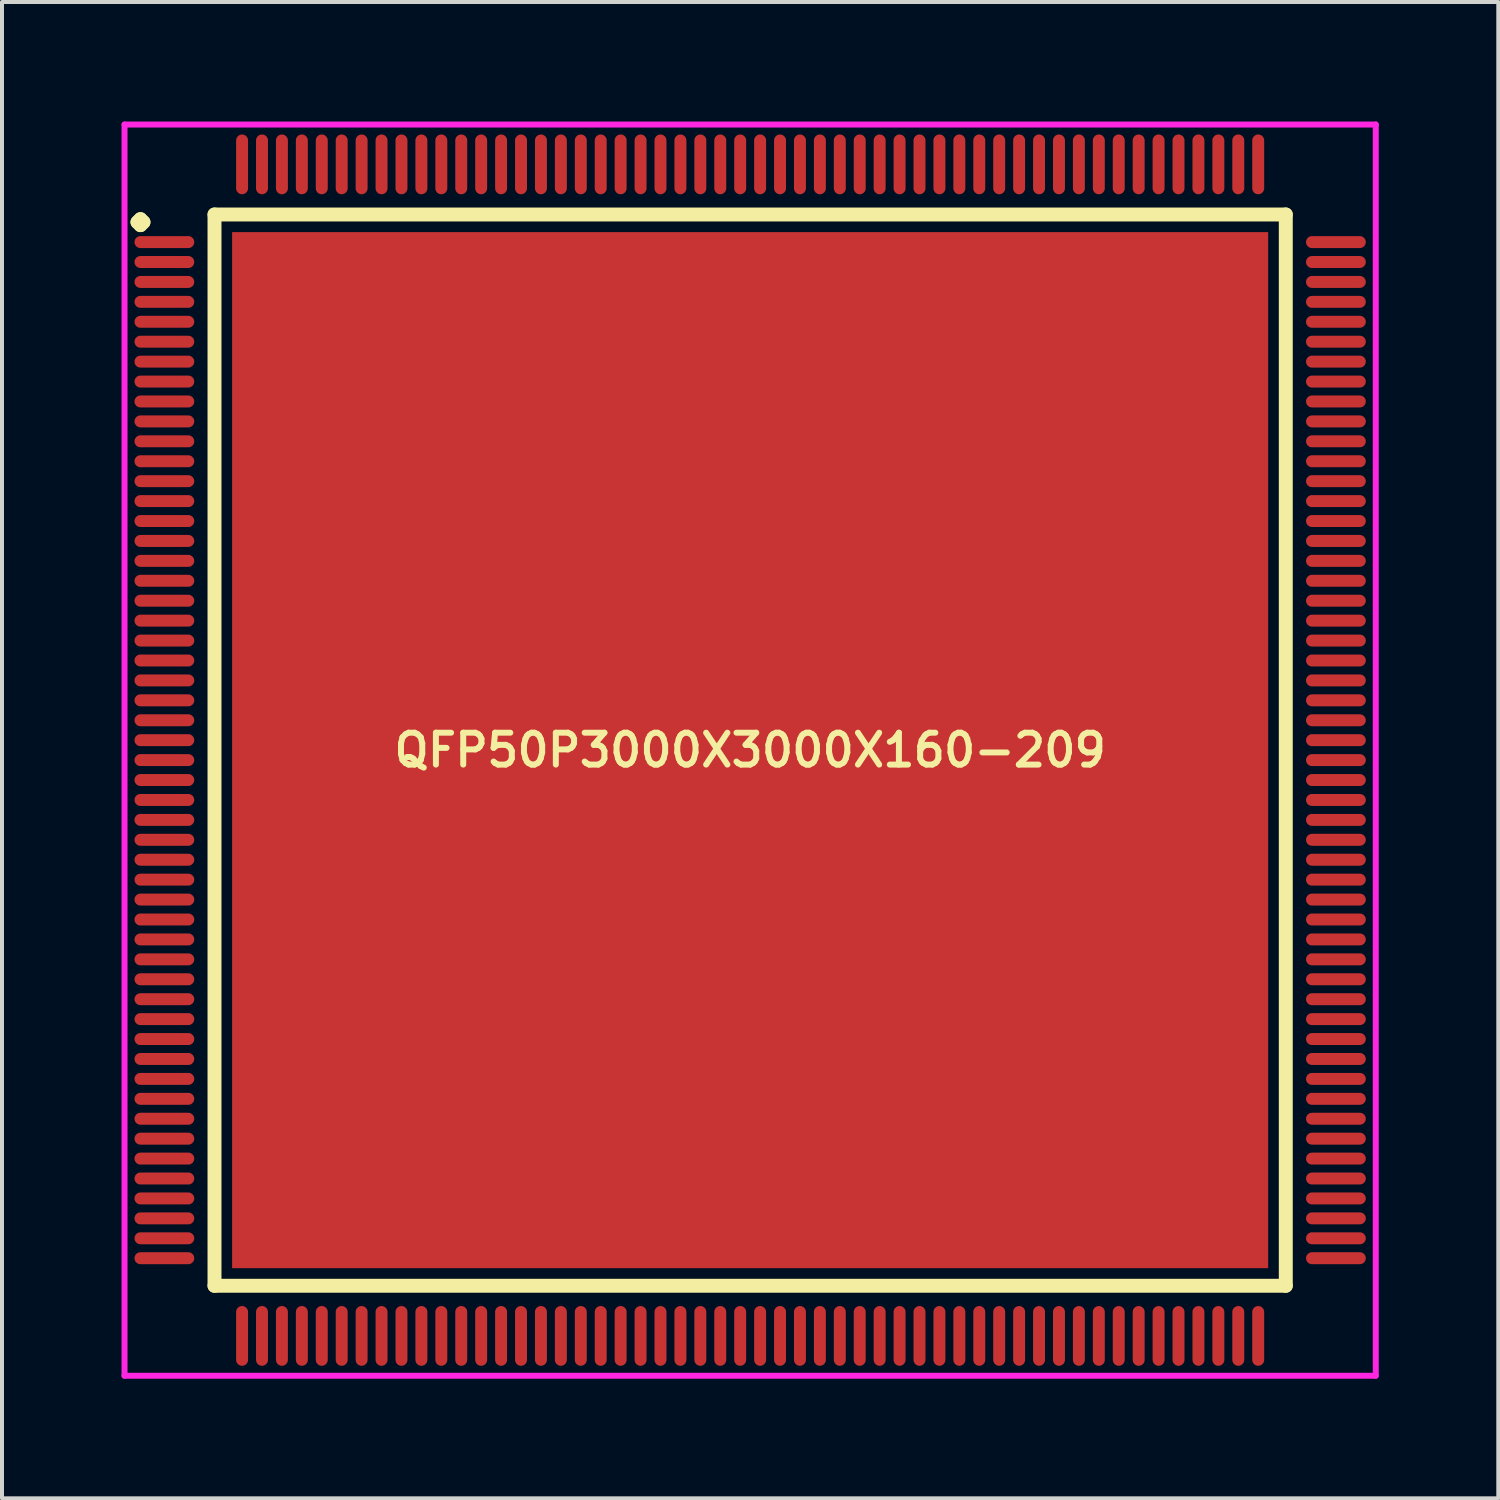
<source format=kicad_pcb>
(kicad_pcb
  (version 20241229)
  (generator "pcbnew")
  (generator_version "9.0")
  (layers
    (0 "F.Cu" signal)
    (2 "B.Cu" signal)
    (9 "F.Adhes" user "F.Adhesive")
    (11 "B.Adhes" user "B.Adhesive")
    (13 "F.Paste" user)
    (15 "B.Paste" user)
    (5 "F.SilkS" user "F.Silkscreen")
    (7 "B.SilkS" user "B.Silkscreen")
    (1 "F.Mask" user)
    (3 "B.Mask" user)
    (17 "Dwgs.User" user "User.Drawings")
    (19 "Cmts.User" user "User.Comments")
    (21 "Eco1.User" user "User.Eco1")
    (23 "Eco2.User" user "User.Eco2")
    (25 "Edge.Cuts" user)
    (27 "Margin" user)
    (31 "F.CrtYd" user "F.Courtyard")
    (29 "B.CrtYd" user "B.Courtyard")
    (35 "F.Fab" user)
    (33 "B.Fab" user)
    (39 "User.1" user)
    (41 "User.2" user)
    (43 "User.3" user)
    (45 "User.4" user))
  (footprint "QFP50P3000X3000X160-209"
    (layer "F.Cu")
    (at 15.775 15.775)
    (property "Reference" "QFP50P3000X3000X160-209" (at 0 0 0) (layer "F.SilkS") (effects (font (size 0.8 0.8) (thickness 0.15))))
    (attr smd)
    (fp_line (start -15.375 -13.25) (end -15.3 -13.325) (stroke (width 0.35) (type solid)) (layer "F.SilkS"))
    (fp_line (start -15.3 -13.325) (end -15.225 -13.25) (stroke (width 0.35) (type solid)) (layer "F.SilkS"))
    (fp_line (start -15.3 -13.175) (end -15.375 -13.25) (stroke (width 0.35) (type solid)) (layer "F.SilkS"))
    (fp_line (start -15.225 -13.25) (end -15.3 -13.175) (stroke (width 0.35) (type solid)) (layer "F.SilkS"))
    (fp_line (start -13.442 -13.442) (end -13.442 13.442) (stroke (width 0.35) (type solid)) (layer "F.SilkS"))
    (fp_line (start -13.442 13.442) (end 13.442 13.442) (stroke (width 0.35) (type solid)) (layer "F.SilkS"))
    (fp_line (start 13.442 -13.442) (end -13.442 -13.442) (stroke (width 0.35) (type solid)) (layer "F.SilkS"))
    (fp_line (start 13.442 13.442) (end 13.442 -13.442) (stroke (width 0.35) (type solid)) (layer "F.SilkS"))
    (fp_line (start -15.7 -15.7) (end 15.7 -15.7) (stroke (width 0.15) (type solid)) (layer "F.CrtYd"))
    (fp_line (start -15.7 15.7) (end -15.7 -15.7) (stroke (width 0.15) (type solid)) (layer "F.CrtYd"))
    (fp_line (start 15.7 -15.7) (end 15.7 15.7) (stroke (width 0.15) (type solid)) (layer "F.CrtYd"))
    (fp_line (start 15.7 15.7) (end -15.7 15.7) (stroke (width 0.15) (type solid)) (layer "F.CrtYd"))
    (pad "1" smd oval (at -14.7 -12.75) (size 1.5 0.3) (layers "F.Cu" "F.Mask" "F.Paste"))
    (pad "2" smd oval (at -14.7 -12.25) (size 1.5 0.3) (layers "F.Cu" "F.Mask" "F.Paste"))
    (pad "3" smd oval (at -14.7 -11.75) (size 1.5 0.3) (layers "F.Cu" "F.Mask" "F.Paste"))
    (pad "4" smd oval (at -14.7 -11.25) (size 1.5 0.3) (layers "F.Cu" "F.Mask" "F.Paste"))
    (pad "5" smd oval (at -14.7 -10.75) (size 1.5 0.3) (layers "F.Cu" "F.Mask" "F.Paste"))
    (pad "6" smd oval (at -14.7 -10.25) (size 1.5 0.3) (layers "F.Cu" "F.Mask" "F.Paste"))
    (pad "7" smd oval (at -14.7 -9.75) (size 1.5 0.3) (layers "F.Cu" "F.Mask" "F.Paste"))
    (pad "8" smd oval (at -14.7 -9.25) (size 1.5 0.3) (layers "F.Cu" "F.Mask" "F.Paste"))
    (pad "9" smd oval (at -14.7 -8.75) (size 1.5 0.3) (layers "F.Cu" "F.Mask" "F.Paste"))
    (pad "10" smd oval (at -14.7 -8.25) (size 1.5 0.3) (layers "F.Cu" "F.Mask" "F.Paste"))
    (pad "11" smd oval (at -14.7 -7.75) (size 1.5 0.3) (layers "F.Cu" "F.Mask" "F.Paste"))
    (pad "12" smd oval (at -14.7 -7.25) (size 1.5 0.3) (layers "F.Cu" "F.Mask" "F.Paste"))
    (pad "13" smd oval (at -14.7 -6.75) (size 1.5 0.3) (layers "F.Cu" "F.Mask" "F.Paste"))
    (pad "14" smd oval (at -14.7 -6.25) (size 1.5 0.3) (layers "F.Cu" "F.Mask" "F.Paste"))
    (pad "15" smd oval (at -14.7 -5.75) (size 1.5 0.3) (layers "F.Cu" "F.Mask" "F.Paste"))
    (pad "16" smd oval (at -14.7 -5.25) (size 1.5 0.3) (layers "F.Cu" "F.Mask" "F.Paste"))
    (pad "17" smd oval (at -14.7 -4.75) (size 1.5 0.3) (layers "F.Cu" "F.Mask" "F.Paste"))
    (pad "18" smd oval (at -14.7 -4.25) (size 1.5 0.3) (layers "F.Cu" "F.Mask" "F.Paste"))
    (pad "19" smd oval (at -14.7 -3.75) (size 1.5 0.3) (layers "F.Cu" "F.Mask" "F.Paste"))
    (pad "20" smd oval (at -14.7 -3.25) (size 1.5 0.3) (layers "F.Cu" "F.Mask" "F.Paste"))
    (pad "21" smd oval (at -14.7 -2.75) (size 1.5 0.3) (layers "F.Cu" "F.Mask" "F.Paste"))
    (pad "22" smd oval (at -14.7 -2.25) (size 1.5 0.3) (layers "F.Cu" "F.Mask" "F.Paste"))
    (pad "23" smd oval (at -14.7 -1.75) (size 1.5 0.3) (layers "F.Cu" "F.Mask" "F.Paste"))
    (pad "24" smd oval (at -14.7 -1.25) (size 1.5 0.3) (layers "F.Cu" "F.Mask" "F.Paste"))
    (pad "25" smd oval (at -14.7 -0.75) (size 1.5 0.3) (layers "F.Cu" "F.Mask" "F.Paste"))
    (pad "26" smd oval (at -14.7 -0.25) (size 1.5 0.3) (layers "F.Cu" "F.Mask" "F.Paste"))
    (pad "27" smd oval (at -14.7 0.25) (size 1.5 0.3) (layers "F.Cu" "F.Mask" "F.Paste"))
    (pad "28" smd oval (at -14.7 0.75) (size 1.5 0.3) (layers "F.Cu" "F.Mask" "F.Paste"))
    (pad "29" smd oval (at -14.7 1.25) (size 1.5 0.3) (layers "F.Cu" "F.Mask" "F.Paste"))
    (pad "30" smd oval (at -14.7 1.75) (size 1.5 0.3) (layers "F.Cu" "F.Mask" "F.Paste"))
    (pad "31" smd oval (at -14.7 2.25) (size 1.5 0.3) (layers "F.Cu" "F.Mask" "F.Paste"))
    (pad "32" smd oval (at -14.7 2.75) (size 1.5 0.3) (layers "F.Cu" "F.Mask" "F.Paste"))
    (pad "33" smd oval (at -14.7 3.25) (size 1.5 0.3) (layers "F.Cu" "F.Mask" "F.Paste"))
    (pad "34" smd oval (at -14.7 3.75) (size 1.5 0.3) (layers "F.Cu" "F.Mask" "F.Paste"))
    (pad "35" smd oval (at -14.7 4.25) (size 1.5 0.3) (layers "F.Cu" "F.Mask" "F.Paste"))
    (pad "36" smd oval (at -14.7 4.75) (size 1.5 0.3) (layers "F.Cu" "F.Mask" "F.Paste"))
    (pad "37" smd oval (at -14.7 5.25) (size 1.5 0.3) (layers "F.Cu" "F.Mask" "F.Paste"))
    (pad "38" smd oval (at -14.7 5.75) (size 1.5 0.3) (layers "F.Cu" "F.Mask" "F.Paste"))
    (pad "39" smd oval (at -14.7 6.25) (size 1.5 0.3) (layers "F.Cu" "F.Mask" "F.Paste"))
    (pad "40" smd oval (at -14.7 6.75) (size 1.5 0.3) (layers "F.Cu" "F.Mask" "F.Paste"))
    (pad "41" smd oval (at -14.7 7.25) (size 1.5 0.3) (layers "F.Cu" "F.Mask" "F.Paste"))
    (pad "42" smd oval (at -14.7 7.75) (size 1.5 0.3) (layers "F.Cu" "F.Mask" "F.Paste"))
    (pad "43" smd oval (at -14.7 8.25) (size 1.5 0.3) (layers "F.Cu" "F.Mask" "F.Paste"))
    (pad "44" smd oval (at -14.7 8.75) (size 1.5 0.3) (layers "F.Cu" "F.Mask" "F.Paste"))
    (pad "45" smd oval (at -14.7 9.25) (size 1.5 0.3) (layers "F.Cu" "F.Mask" "F.Paste"))
    (pad "46" smd oval (at -14.7 9.75) (size 1.5 0.3) (layers "F.Cu" "F.Mask" "F.Paste"))
    (pad "47" smd oval (at -14.7 10.25) (size 1.5 0.3) (layers "F.Cu" "F.Mask" "F.Paste"))
    (pad "48" smd oval (at -14.7 10.75) (size 1.5 0.3) (layers "F.Cu" "F.Mask" "F.Paste"))
    (pad "49" smd oval (at -14.7 11.25) (size 1.5 0.3) (layers "F.Cu" "F.Mask" "F.Paste"))
    (pad "50" smd oval (at -14.7 11.75) (size 1.5 0.3) (layers "F.Cu" "F.Mask" "F.Paste"))
    (pad "51" smd oval (at -14.7 12.25) (size 1.5 0.3) (layers "F.Cu" "F.Mask" "F.Paste"))
    (pad "52" smd oval (at -14.7 12.75) (size 1.5 0.3) (layers "F.Cu" "F.Mask" "F.Paste"))
    (pad "53" smd oval (at -12.75 14.7) (size 0.3 1.5) (layers "F.Cu" "F.Mask" "F.Paste"))
    (pad "54" smd oval (at -12.25 14.7) (size 0.3 1.5) (layers "F.Cu" "F.Mask" "F.Paste"))
    (pad "55" smd oval (at -11.75 14.7) (size 0.3 1.5) (layers "F.Cu" "F.Mask" "F.Paste"))
    (pad "56" smd oval (at -11.25 14.7) (size 0.3 1.5) (layers "F.Cu" "F.Mask" "F.Paste"))
    (pad "57" smd oval (at -10.75 14.7) (size 0.3 1.5) (layers "F.Cu" "F.Mask" "F.Paste"))
    (pad "58" smd oval (at -10.25 14.7) (size 0.3 1.5) (layers "F.Cu" "F.Mask" "F.Paste"))
    (pad "59" smd oval (at -9.75 14.7) (size 0.3 1.5) (layers "F.Cu" "F.Mask" "F.Paste"))
    (pad "60" smd oval (at -9.25 14.7) (size 0.3 1.5) (layers "F.Cu" "F.Mask" "F.Paste"))
    (pad "61" smd oval (at -8.75 14.7) (size 0.3 1.5) (layers "F.Cu" "F.Mask" "F.Paste"))
    (pad "62" smd oval (at -8.25 14.7) (size 0.3 1.5) (layers "F.Cu" "F.Mask" "F.Paste"))
    (pad "63" smd oval (at -7.75 14.7) (size 0.3 1.5) (layers "F.Cu" "F.Mask" "F.Paste"))
    (pad "64" smd oval (at -7.25 14.7) (size 0.3 1.5) (layers "F.Cu" "F.Mask" "F.Paste"))
    (pad "65" smd oval (at -6.75 14.7) (size 0.3 1.5) (layers "F.Cu" "F.Mask" "F.Paste"))
    (pad "66" smd oval (at -6.25 14.7) (size 0.3 1.5) (layers "F.Cu" "F.Mask" "F.Paste"))
    (pad "67" smd oval (at -5.75 14.7) (size 0.3 1.5) (layers "F.Cu" "F.Mask" "F.Paste"))
    (pad "68" smd oval (at -5.25 14.7) (size 0.3 1.5) (layers "F.Cu" "F.Mask" "F.Paste"))
    (pad "69" smd oval (at -4.75 14.7) (size 0.3 1.5) (layers "F.Cu" "F.Mask" "F.Paste"))
    (pad "70" smd oval (at -4.25 14.7) (size 0.3 1.5) (layers "F.Cu" "F.Mask" "F.Paste"))
    (pad "71" smd oval (at -3.75 14.7) (size 0.3 1.5) (layers "F.Cu" "F.Mask" "F.Paste"))
    (pad "72" smd oval (at -3.25 14.7) (size 0.3 1.5) (layers "F.Cu" "F.Mask" "F.Paste"))
    (pad "73" smd oval (at -2.75 14.7) (size 0.3 1.5) (layers "F.Cu" "F.Mask" "F.Paste"))
    (pad "74" smd oval (at -2.25 14.7) (size 0.3 1.5) (layers "F.Cu" "F.Mask" "F.Paste"))
    (pad "75" smd oval (at -1.75 14.7) (size 0.3 1.5) (layers "F.Cu" "F.Mask" "F.Paste"))
    (pad "76" smd oval (at -1.25 14.7) (size 0.3 1.5) (layers "F.Cu" "F.Mask" "F.Paste"))
    (pad "77" smd oval (at -0.75 14.7) (size 0.3 1.5) (layers "F.Cu" "F.Mask" "F.Paste"))
    (pad "78" smd oval (at -0.25 14.7) (size 0.3 1.5) (layers "F.Cu" "F.Mask" "F.Paste"))
    (pad "79" smd oval (at 0.25 14.7) (size 0.3 1.5) (layers "F.Cu" "F.Mask" "F.Paste"))
    (pad "80" smd oval (at 0.75 14.7) (size 0.3 1.5) (layers "F.Cu" "F.Mask" "F.Paste"))
    (pad "81" smd oval (at 1.25 14.7) (size 0.3 1.5) (layers "F.Cu" "F.Mask" "F.Paste"))
    (pad "82" smd oval (at 1.75 14.7) (size 0.3 1.5) (layers "F.Cu" "F.Mask" "F.Paste"))
    (pad "83" smd oval (at 2.25 14.7) (size 0.3 1.5) (layers "F.Cu" "F.Mask" "F.Paste"))
    (pad "84" smd oval (at 2.75 14.7) (size 0.3 1.5) (layers "F.Cu" "F.Mask" "F.Paste"))
    (pad "85" smd oval (at 3.25 14.7) (size 0.3 1.5) (layers "F.Cu" "F.Mask" "F.Paste"))
    (pad "86" smd oval (at 3.75 14.7) (size 0.3 1.5) (layers "F.Cu" "F.Mask" "F.Paste"))
    (pad "87" smd oval (at 4.25 14.7) (size 0.3 1.5) (layers "F.Cu" "F.Mask" "F.Paste"))
    (pad "88" smd oval (at 4.75 14.7) (size 0.3 1.5) (layers "F.Cu" "F.Mask" "F.Paste"))
    (pad "89" smd oval (at 5.25 14.7) (size 0.3 1.5) (layers "F.Cu" "F.Mask" "F.Paste"))
    (pad "90" smd oval (at 5.75 14.7) (size 0.3 1.5) (layers "F.Cu" "F.Mask" "F.Paste"))
    (pad "91" smd oval (at 6.25 14.7) (size 0.3 1.5) (layers "F.Cu" "F.Mask" "F.Paste"))
    (pad "92" smd oval (at 6.75 14.7) (size 0.3 1.5) (layers "F.Cu" "F.Mask" "F.Paste"))
    (pad "93" smd oval (at 7.25 14.7) (size 0.3 1.5) (layers "F.Cu" "F.Mask" "F.Paste"))
    (pad "94" smd oval (at 7.75 14.7) (size 0.3 1.5) (layers "F.Cu" "F.Mask" "F.Paste"))
    (pad "95" smd oval (at 8.25 14.7) (size 0.3 1.5) (layers "F.Cu" "F.Mask" "F.Paste"))
    (pad "96" smd oval (at 8.75 14.7) (size 0.3 1.5) (layers "F.Cu" "F.Mask" "F.Paste"))
    (pad "97" smd oval (at 9.25 14.7) (size 0.3 1.5) (layers "F.Cu" "F.Mask" "F.Paste"))
    (pad "98" smd oval (at 9.75 14.7) (size 0.3 1.5) (layers "F.Cu" "F.Mask" "F.Paste"))
    (pad "99" smd oval (at 10.25 14.7) (size 0.3 1.5) (layers "F.Cu" "F.Mask" "F.Paste"))
    (pad "100" smd oval (at 10.75 14.7) (size 0.3 1.5) (layers "F.Cu" "F.Mask" "F.Paste"))
    (pad "101" smd oval (at 11.25 14.7) (size 0.3 1.5) (layers "F.Cu" "F.Mask" "F.Paste"))
    (pad "102" smd oval (at 11.75 14.7) (size 0.3 1.5) (layers "F.Cu" "F.Mask" "F.Paste"))
    (pad "103" smd oval (at 12.25 14.7) (size 0.3 1.5) (layers "F.Cu" "F.Mask" "F.Paste"))
    (pad "104" smd oval (at 12.75 14.7) (size 0.3 1.5) (layers "F.Cu" "F.Mask" "F.Paste"))
    (pad "105" smd oval (at 14.7 12.75) (size 1.5 0.3) (layers "F.Cu" "F.Mask" "F.Paste"))
    (pad "106" smd oval (at 14.7 12.25) (size 1.5 0.3) (layers "F.Cu" "F.Mask" "F.Paste"))
    (pad "107" smd oval (at 14.7 11.75) (size 1.5 0.3) (layers "F.Cu" "F.Mask" "F.Paste"))
    (pad "108" smd oval (at 14.7 11.25) (size 1.5 0.3) (layers "F.Cu" "F.Mask" "F.Paste"))
    (pad "109" smd oval (at 14.7 10.75) (size 1.5 0.3) (layers "F.Cu" "F.Mask" "F.Paste"))
    (pad "110" smd oval (at 14.7 10.25) (size 1.5 0.3) (layers "F.Cu" "F.Mask" "F.Paste"))
    (pad "111" smd oval (at 14.7 9.75) (size 1.5 0.3) (layers "F.Cu" "F.Mask" "F.Paste"))
    (pad "112" smd oval (at 14.7 9.25) (size 1.5 0.3) (layers "F.Cu" "F.Mask" "F.Paste"))
    (pad "113" smd oval (at 14.7 8.75) (size 1.5 0.3) (layers "F.Cu" "F.Mask" "F.Paste"))
    (pad "114" smd oval (at 14.7 8.25) (size 1.5 0.3) (layers "F.Cu" "F.Mask" "F.Paste"))
    (pad "115" smd oval (at 14.7 7.75) (size 1.5 0.3) (layers "F.Cu" "F.Mask" "F.Paste"))
    (pad "116" smd oval (at 14.7 7.25) (size 1.5 0.3) (layers "F.Cu" "F.Mask" "F.Paste"))
    (pad "117" smd oval (at 14.7 6.75) (size 1.5 0.3) (layers "F.Cu" "F.Mask" "F.Paste"))
    (pad "118" smd oval (at 14.7 6.25) (size 1.5 0.3) (layers "F.Cu" "F.Mask" "F.Paste"))
    (pad "119" smd oval (at 14.7 5.75) (size 1.5 0.3) (layers "F.Cu" "F.Mask" "F.Paste"))
    (pad "120" smd oval (at 14.7 5.25) (size 1.5 0.3) (layers "F.Cu" "F.Mask" "F.Paste"))
    (pad "121" smd oval (at 14.7 4.75) (size 1.5 0.3) (layers "F.Cu" "F.Mask" "F.Paste"))
    (pad "122" smd oval (at 14.7 4.25) (size 1.5 0.3) (layers "F.Cu" "F.Mask" "F.Paste"))
    (pad "123" smd oval (at 14.7 3.75) (size 1.5 0.3) (layers "F.Cu" "F.Mask" "F.Paste"))
    (pad "124" smd oval (at 14.7 3.25) (size 1.5 0.3) (layers "F.Cu" "F.Mask" "F.Paste"))
    (pad "125" smd oval (at 14.7 2.75) (size 1.5 0.3) (layers "F.Cu" "F.Mask" "F.Paste"))
    (pad "126" smd oval (at 14.7 2.25) (size 1.5 0.3) (layers "F.Cu" "F.Mask" "F.Paste"))
    (pad "127" smd oval (at 14.7 1.75) (size 1.5 0.3) (layers "F.Cu" "F.Mask" "F.Paste"))
    (pad "128" smd oval (at 14.7 1.25) (size 1.5 0.3) (layers "F.Cu" "F.Mask" "F.Paste"))
    (pad "129" smd oval (at 14.7 0.75) (size 1.5 0.3) (layers "F.Cu" "F.Mask" "F.Paste"))
    (pad "130" smd oval (at 14.7 0.25) (size 1.5 0.3) (layers "F.Cu" "F.Mask" "F.Paste"))
    (pad "131" smd oval (at 14.7 -0.25) (size 1.5 0.3) (layers "F.Cu" "F.Mask" "F.Paste"))
    (pad "132" smd oval (at 14.7 -0.75) (size 1.5 0.3) (layers "F.Cu" "F.Mask" "F.Paste"))
    (pad "133" smd oval (at 14.7 -1.25) (size 1.5 0.3) (layers "F.Cu" "F.Mask" "F.Paste"))
    (pad "134" smd oval (at 14.7 -1.75) (size 1.5 0.3) (layers "F.Cu" "F.Mask" "F.Paste"))
    (pad "135" smd oval (at 14.7 -2.25) (size 1.5 0.3) (layers "F.Cu" "F.Mask" "F.Paste"))
    (pad "136" smd oval (at 14.7 -2.75) (size 1.5 0.3) (layers "F.Cu" "F.Mask" "F.Paste"))
    (pad "137" smd oval (at 14.7 -3.25) (size 1.5 0.3) (layers "F.Cu" "F.Mask" "F.Paste"))
    (pad "138" smd oval (at 14.7 -3.75) (size 1.5 0.3) (layers "F.Cu" "F.Mask" "F.Paste"))
    (pad "139" smd oval (at 14.7 -4.25) (size 1.5 0.3) (layers "F.Cu" "F.Mask" "F.Paste"))
    (pad "140" smd oval (at 14.7 -4.75) (size 1.5 0.3) (layers "F.Cu" "F.Mask" "F.Paste"))
    (pad "141" smd oval (at 14.7 -5.25) (size 1.5 0.3) (layers "F.Cu" "F.Mask" "F.Paste"))
    (pad "142" smd oval (at 14.7 -5.75) (size 1.5 0.3) (layers "F.Cu" "F.Mask" "F.Paste"))
    (pad "143" smd oval (at 14.7 -6.25) (size 1.5 0.3) (layers "F.Cu" "F.Mask" "F.Paste"))
    (pad "144" smd oval (at 14.7 -6.75) (size 1.5 0.3) (layers "F.Cu" "F.Mask" "F.Paste"))
    (pad "145" smd oval (at 14.7 -7.25) (size 1.5 0.3) (layers "F.Cu" "F.Mask" "F.Paste"))
    (pad "146" smd oval (at 14.7 -7.75) (size 1.5 0.3) (layers "F.Cu" "F.Mask" "F.Paste"))
    (pad "147" smd oval (at 14.7 -8.25) (size 1.5 0.3) (layers "F.Cu" "F.Mask" "F.Paste"))
    (pad "148" smd oval (at 14.7 -8.75) (size 1.5 0.3) (layers "F.Cu" "F.Mask" "F.Paste"))
    (pad "149" smd oval (at 14.7 -9.25) (size 1.5 0.3) (layers "F.Cu" "F.Mask" "F.Paste"))
    (pad "150" smd oval (at 14.7 -9.75) (size 1.5 0.3) (layers "F.Cu" "F.Mask" "F.Paste"))
    (pad "151" smd oval (at 14.7 -10.25) (size 1.5 0.3) (layers "F.Cu" "F.Mask" "F.Paste"))
    (pad "152" smd oval (at 14.7 -10.75) (size 1.5 0.3) (layers "F.Cu" "F.Mask" "F.Paste"))
    (pad "153" smd oval (at 14.7 -11.25) (size 1.5 0.3) (layers "F.Cu" "F.Mask" "F.Paste"))
    (pad "154" smd oval (at 14.7 -11.75) (size 1.5 0.3) (layers "F.Cu" "F.Mask" "F.Paste"))
    (pad "155" smd oval (at 14.7 -12.25) (size 1.5 0.3) (layers "F.Cu" "F.Mask" "F.Paste"))
    (pad "156" smd oval (at 14.7 -12.75) (size 1.5 0.3) (layers "F.Cu" "F.Mask" "F.Paste"))
    (pad "157" smd oval (at 12.75 -14.7) (size 0.3 1.5) (layers "F.Cu" "F.Mask" "F.Paste"))
    (pad "158" smd oval (at 12.25 -14.7) (size 0.3 1.5) (layers "F.Cu" "F.Mask" "F.Paste"))
    (pad "159" smd oval (at 11.75 -14.7) (size 0.3 1.5) (layers "F.Cu" "F.Mask" "F.Paste"))
    (pad "160" smd oval (at 11.25 -14.7) (size 0.3 1.5) (layers "F.Cu" "F.Mask" "F.Paste"))
    (pad "161" smd oval (at 10.75 -14.7) (size 0.3 1.5) (layers "F.Cu" "F.Mask" "F.Paste"))
    (pad "162" smd oval (at 10.25 -14.7) (size 0.3 1.5) (layers "F.Cu" "F.Mask" "F.Paste"))
    (pad "163" smd oval (at 9.75 -14.7) (size 0.3 1.5) (layers "F.Cu" "F.Mask" "F.Paste"))
    (pad "164" smd oval (at 9.25 -14.7) (size 0.3 1.5) (layers "F.Cu" "F.Mask" "F.Paste"))
    (pad "165" smd oval (at 8.75 -14.7) (size 0.3 1.5) (layers "F.Cu" "F.Mask" "F.Paste"))
    (pad "166" smd oval (at 8.25 -14.7) (size 0.3 1.5) (layers "F.Cu" "F.Mask" "F.Paste"))
    (pad "167" smd oval (at 7.75 -14.7) (size 0.3 1.5) (layers "F.Cu" "F.Mask" "F.Paste"))
    (pad "168" smd oval (at 7.25 -14.7) (size 0.3 1.5) (layers "F.Cu" "F.Mask" "F.Paste"))
    (pad "169" smd oval (at 6.75 -14.7) (size 0.3 1.5) (layers "F.Cu" "F.Mask" "F.Paste"))
    (pad "170" smd oval (at 6.25 -14.7) (size 0.3 1.5) (layers "F.Cu" "F.Mask" "F.Paste"))
    (pad "171" smd oval (at 5.75 -14.7) (size 0.3 1.5) (layers "F.Cu" "F.Mask" "F.Paste"))
    (pad "172" smd oval (at 5.25 -14.7) (size 0.3 1.5) (layers "F.Cu" "F.Mask" "F.Paste"))
    (pad "173" smd oval (at 4.75 -14.7) (size 0.3 1.5) (layers "F.Cu" "F.Mask" "F.Paste"))
    (pad "174" smd oval (at 4.25 -14.7) (size 0.3 1.5) (layers "F.Cu" "F.Mask" "F.Paste"))
    (pad "175" smd oval (at 3.75 -14.7) (size 0.3 1.5) (layers "F.Cu" "F.Mask" "F.Paste"))
    (pad "176" smd oval (at 3.25 -14.7) (size 0.3 1.5) (layers "F.Cu" "F.Mask" "F.Paste"))
    (pad "177" smd oval (at 2.75 -14.7) (size 0.3 1.5) (layers "F.Cu" "F.Mask" "F.Paste"))
    (pad "178" smd oval (at 2.25 -14.7) (size 0.3 1.5) (layers "F.Cu" "F.Mask" "F.Paste"))
    (pad "179" smd oval (at 1.75 -14.7) (size 0.3 1.5) (layers "F.Cu" "F.Mask" "F.Paste"))
    (pad "180" smd oval (at 1.25 -14.7) (size 0.3 1.5) (layers "F.Cu" "F.Mask" "F.Paste"))
    (pad "181" smd oval (at 0.75 -14.7) (size 0.3 1.5) (layers "F.Cu" "F.Mask" "F.Paste"))
    (pad "182" smd oval (at 0.25 -14.7) (size 0.3 1.5) (layers "F.Cu" "F.Mask" "F.Paste"))
    (pad "183" smd oval (at -0.25 -14.7) (size 0.3 1.5) (layers "F.Cu" "F.Mask" "F.Paste"))
    (pad "184" smd oval (at -0.75 -14.7) (size 0.3 1.5) (layers "F.Cu" "F.Mask" "F.Paste"))
    (pad "185" smd oval (at -1.25 -14.7) (size 0.3 1.5) (layers "F.Cu" "F.Mask" "F.Paste"))
    (pad "186" smd oval (at -1.75 -14.7) (size 0.3 1.5) (layers "F.Cu" "F.Mask" "F.Paste"))
    (pad "187" smd oval (at -2.25 -14.7) (size 0.3 1.5) (layers "F.Cu" "F.Mask" "F.Paste"))
    (pad "188" smd oval (at -2.75 -14.7) (size 0.3 1.5) (layers "F.Cu" "F.Mask" "F.Paste"))
    (pad "189" smd oval (at -3.25 -14.7) (size 0.3 1.5) (layers "F.Cu" "F.Mask" "F.Paste"))
    (pad "190" smd oval (at -3.75 -14.7) (size 0.3 1.5) (layers "F.Cu" "F.Mask" "F.Paste"))
    (pad "191" smd oval (at -4.25 -14.7) (size 0.3 1.5) (layers "F.Cu" "F.Mask" "F.Paste"))
    (pad "192" smd oval (at -4.75 -14.7) (size 0.3 1.5) (layers "F.Cu" "F.Mask" "F.Paste"))
    (pad "193" smd oval (at -5.25 -14.7) (size 0.3 1.5) (layers "F.Cu" "F.Mask" "F.Paste"))
    (pad "194" smd oval (at -5.75 -14.7) (size 0.3 1.5) (layers "F.Cu" "F.Mask" "F.Paste"))
    (pad "195" smd oval (at -6.25 -14.7) (size 0.3 1.5) (layers "F.Cu" "F.Mask" "F.Paste"))
    (pad "196" smd oval (at -6.75 -14.7) (size 0.3 1.5) (layers "F.Cu" "F.Mask" "F.Paste"))
    (pad "197" smd oval (at -7.25 -14.7) (size 0.3 1.5) (layers "F.Cu" "F.Mask" "F.Paste"))
    (pad "198" smd oval (at -7.75 -14.7) (size 0.3 1.5) (layers "F.Cu" "F.Mask" "F.Paste"))
    (pad "199" smd oval (at -8.25 -14.7) (size 0.3 1.5) (layers "F.Cu" "F.Mask" "F.Paste"))
    (pad "200" smd oval (at -8.75 -14.7) (size 0.3 1.5) (layers "F.Cu" "F.Mask" "F.Paste"))
    (pad "201" smd oval (at -9.25 -14.7) (size 0.3 1.5) (layers "F.Cu" "F.Mask" "F.Paste"))
    (pad "202" smd oval (at -9.75 -14.7) (size 0.3 1.5) (layers "F.Cu" "F.Mask" "F.Paste"))
    (pad "203" smd oval (at -10.25 -14.7) (size 0.3 1.5) (layers "F.Cu" "F.Mask" "F.Paste"))
    (pad "204" smd oval (at -10.75 -14.7) (size 0.3 1.5) (layers "F.Cu" "F.Mask" "F.Paste"))
    (pad "205" smd oval (at -11.25 -14.7) (size 0.3 1.5) (layers "F.Cu" "F.Mask" "F.Paste"))
    (pad "206" smd oval (at -11.75 -14.7) (size 0.3 1.5) (layers "F.Cu" "F.Mask" "F.Paste"))
    (pad "207" smd oval (at -12.25 -14.7) (size 0.3 1.5) (layers "F.Cu" "F.Mask" "F.Paste"))
    (pad "208" smd oval (at -12.75 -14.7) (size 0.3 1.5) (layers "F.Cu" "F.Mask" "F.Paste"))
    (pad "209" smd rect (at 0 0) (size 26 26) (layers "F.Cu" "F.Mask" "F.Paste")))
  (gr_rect
    (start -3 -3)
    (end 34.55 34.55)
    (stroke (width 0.1) (type default))
    (fill no)
    (layer "Edge.Cuts")))
</source>
